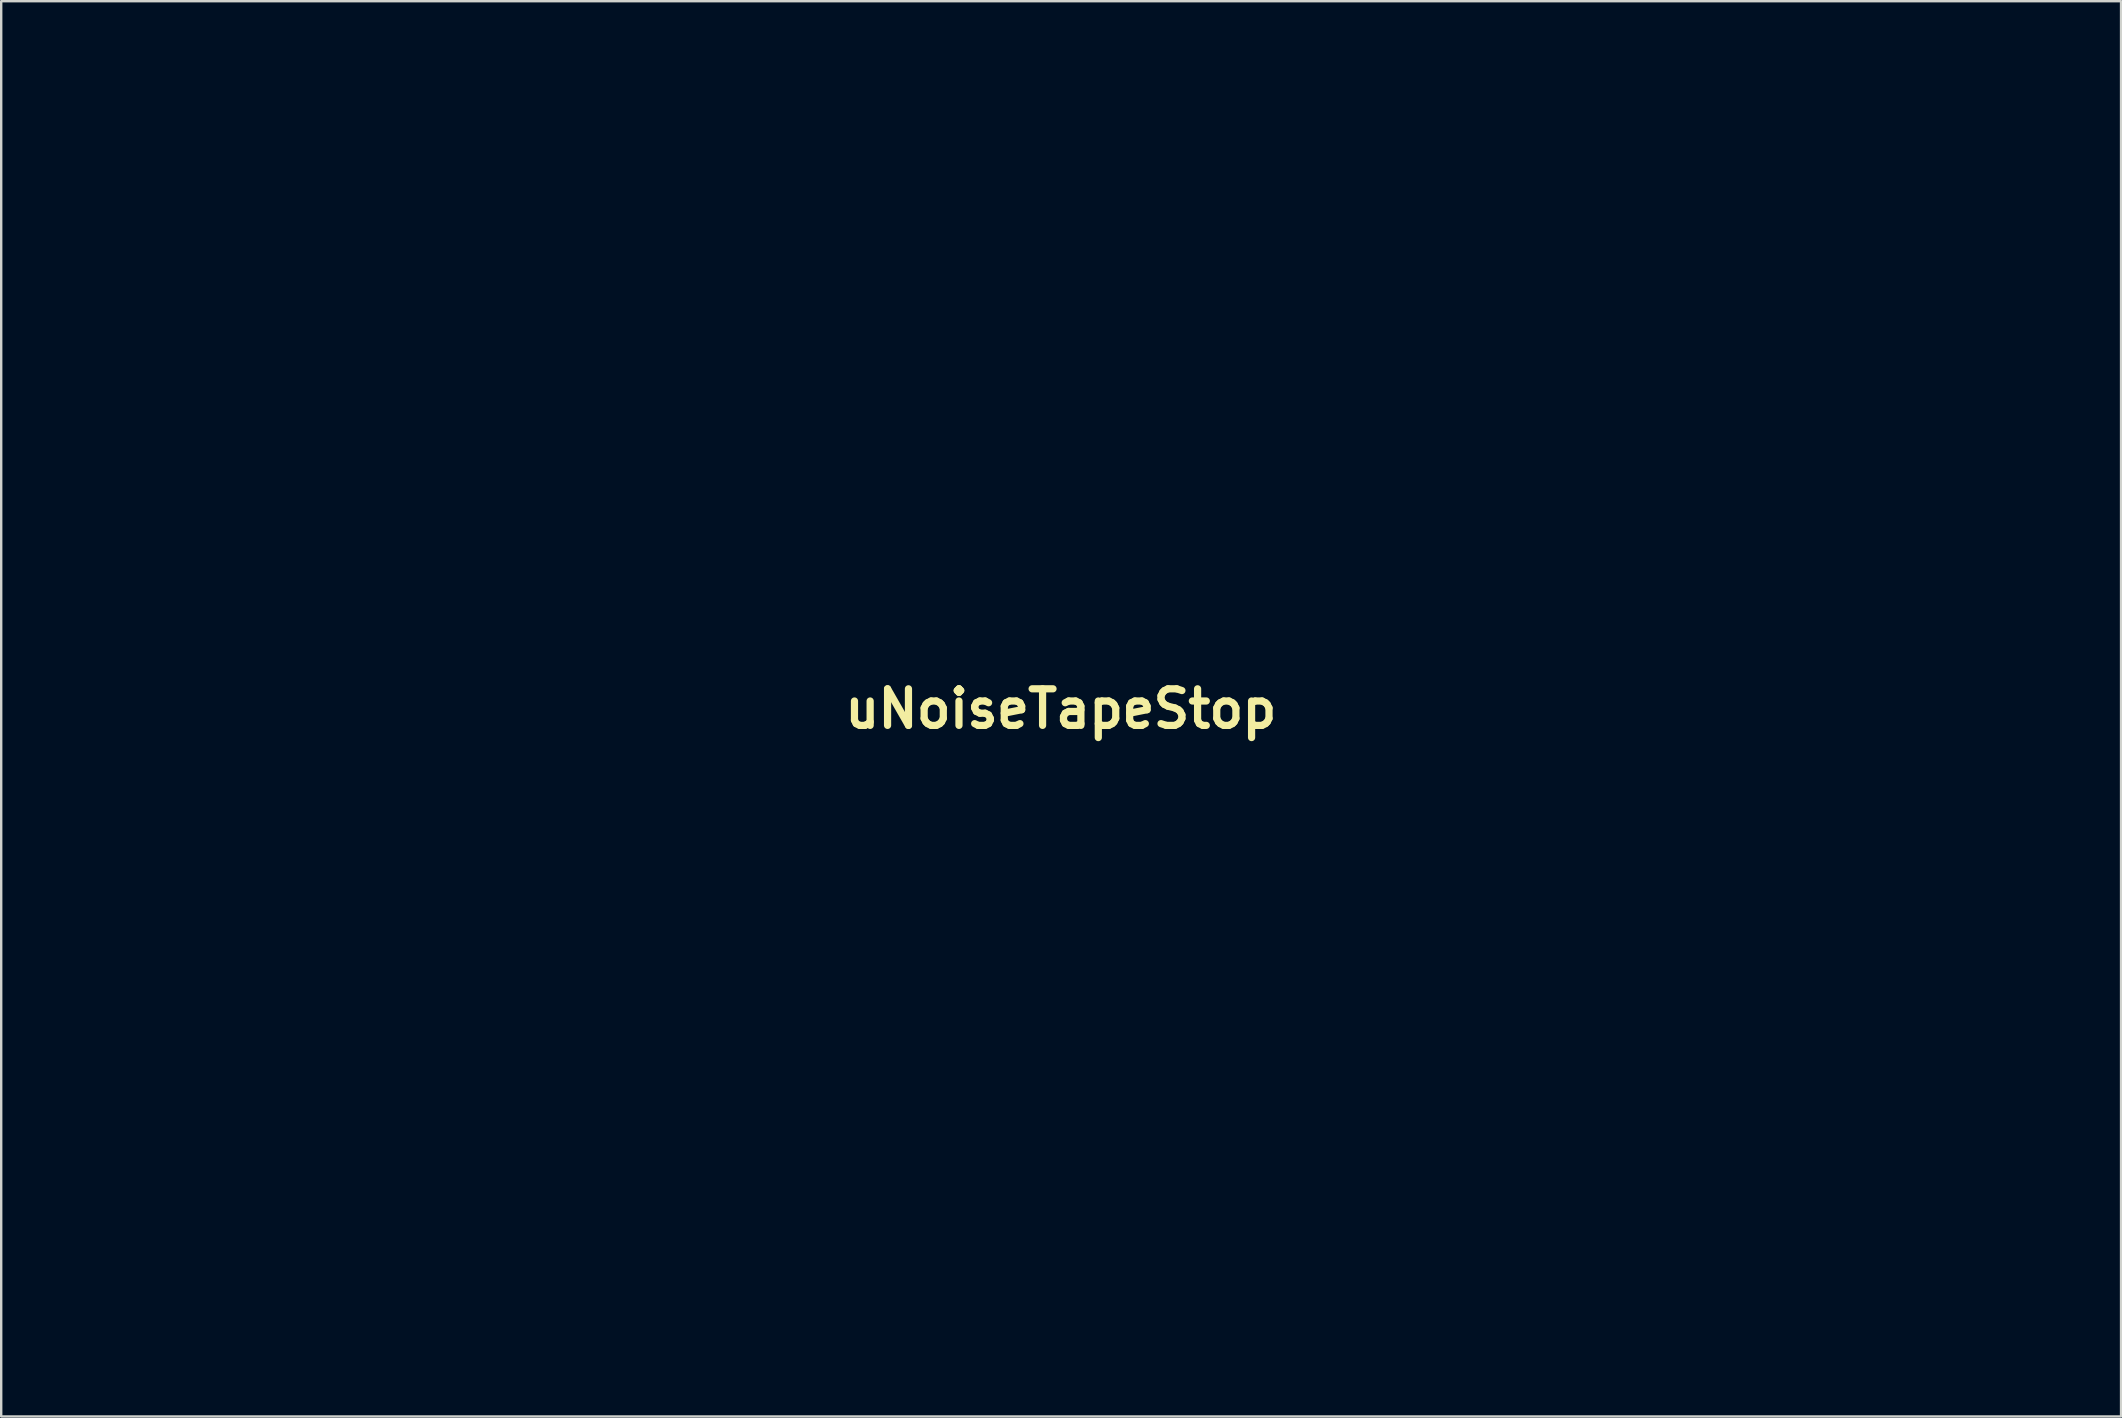
<source format=kicad_pcb>
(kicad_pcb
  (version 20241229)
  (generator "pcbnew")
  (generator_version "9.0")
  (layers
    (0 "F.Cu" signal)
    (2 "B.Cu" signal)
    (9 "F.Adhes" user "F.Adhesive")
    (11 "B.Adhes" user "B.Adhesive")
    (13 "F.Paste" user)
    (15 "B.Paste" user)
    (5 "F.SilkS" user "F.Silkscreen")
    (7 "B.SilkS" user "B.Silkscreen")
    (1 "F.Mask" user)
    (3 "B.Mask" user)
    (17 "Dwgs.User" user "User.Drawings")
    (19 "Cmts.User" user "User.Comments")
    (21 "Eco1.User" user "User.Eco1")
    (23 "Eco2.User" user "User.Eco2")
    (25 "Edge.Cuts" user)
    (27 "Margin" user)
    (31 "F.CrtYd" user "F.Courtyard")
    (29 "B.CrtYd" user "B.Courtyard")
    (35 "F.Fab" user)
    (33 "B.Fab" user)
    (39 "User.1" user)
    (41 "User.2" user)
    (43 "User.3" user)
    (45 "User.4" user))
  (footprint "uNoiseTapeStop"
    (layer "F.Cu")
    (at 41.153 26.485)
    (property "Reference" "uNoiseTapeStop" (at 0 0 0) (layer "F.SilkS") (effects (font (size 1.524 1.524) (thickness 0.3))))
    (attr through_hole)
    (fp_poly (pts (xy 3.342 -7.367) (xy 4.254 -7.367) (xy 5.128 -7.367) (xy 5.964 -7.367) (xy 6.762 -7.367) (xy 7.525 -7.367) (xy 8.252 -7.367) (xy 8.944 -7.367) (xy 9.602 -7.366) (xy 10.228 -7.366) (xy 10.822 -7.366) (xy 11.385 -7.366) (xy 11.917 -7.366) (xy 12.42 -7.366) (xy 12.894 -7.365) (xy 13.341 -7.365) (xy 13.761 -7.365) (xy 14.155 -7.364) (xy 14.524 -7.364) (xy 14.869 -7.363) (xy 15.19 -7.363) (xy 15.489 -7.362) (xy 15.766 -7.361) (xy 16.023 -7.361) (xy 16.259 -7.36) (xy 16.477 -7.359) (xy 16.676 -7.358) (xy 16.858 -7.358) (xy 17.023 -7.357) (xy 17.173 -7.356) (xy 17.308 -7.354) (xy 17.43 -7.353) (xy 17.538 -7.352) (xy 17.634 -7.351) (xy 17.719 -7.349) (xy 17.794 -7.348) (xy 17.859 -7.346) (xy 17.915 -7.345) (xy 17.963 -7.343) (xy 18.004 -7.341) (xy 18.04 -7.339) (xy 18.07 -7.337) (xy 18.095 -7.335) (xy 18.118 -7.333) (xy 18.137 -7.331) (xy 18.155 -7.329) (xy 18.172 -7.326) (xy 18.182 -7.324) (xy 18.615 -7.242) (xy 19.027 -7.129) (xy 19.431 -6.983) (xy 19.823 -6.806) (xy 20.251 -6.571) (xy 20.653 -6.304) (xy 21.027 -6.007) (xy 21.372 -5.681) (xy 21.686 -5.328) (xy 21.968 -4.95) (xy 22.218 -4.548) (xy 22.434 -4.123) (xy 22.614 -3.678) (xy 22.759 -3.215) (xy 22.865 -2.734) (xy 22.895 -2.551) (xy 22.914 -2.38) (xy 22.927 -2.177) (xy 22.934 -1.955) (xy 22.934 -1.724) (xy 22.928 -1.494) (xy 22.916 -1.277) (xy 22.898 -1.083) (xy 22.885 -0.984) (xy 22.806 -0.564) (xy 22.702 -0.169) (xy 22.569 0.213) (xy 22.403 0.593) (xy 22.331 0.739) (xy 22.093 1.161) (xy 21.823 1.557) (xy 21.523 1.925) (xy 21.194 2.264) (xy 20.838 2.573) (xy 20.457 2.85) (xy 20.054 3.094) (xy 19.629 3.304) (xy 19.184 3.479) (xy 18.721 3.617) (xy 18.243 3.717) (xy 18.034 3.748) (xy 18.015 3.75) (xy 17.995 3.753) (xy 17.972 3.755) (xy 17.947 3.757) (xy 17.918 3.759) (xy 17.884 3.761) (xy 17.844 3.763) (xy 17.798 3.764) (xy 17.744 3.766) (xy 17.682 3.768) (xy 17.611 3.769) (xy 17.53 3.771) (xy 17.438 3.772) (xy 17.335 3.773) (xy 17.219 3.774) (xy 17.089 3.776) (xy 16.945 3.777) (xy 16.786 3.778) (xy 16.611 3.778) (xy 16.419 3.779) (xy 16.209 3.78) (xy 15.981 3.781) (xy 15.733 3.782) (xy 15.464 3.782) (xy 15.175 3.783) (xy 14.863 3.783) (xy 14.528 3.784) (xy 14.17 3.784) (xy 13.786 3.785) (xy 13.377 3.785) (xy 12.942 3.785) (xy 12.479 3.785) (xy 11.988 3.786) (xy 11.468 3.786) (xy 10.918 3.786) (xy 10.337 3.786) (xy 9.725 3.786) (xy 9.08 3.786) (xy 8.402 3.786) (xy 7.689 3.786) (xy 6.941 3.786) (xy 6.157 3.786) (xy 5.337 3.786) (xy 4.478 3.786) (xy 3.581 3.786) (xy 2.645 3.786) (xy 1.668 3.785) (xy 0.65 3.785) (xy 0.349 3.785) (xy -0.508 3.785) (xy -1.354 3.785) (xy -2.189 3.785) (xy -3.013 3.785) (xy -3.822 3.784) (xy -4.618 3.784) (xy -5.398 3.784) (xy -6.163 3.784) (xy -6.91 3.783) (xy -7.638 3.783) (xy -8.348 3.783) (xy -9.037 3.783) (xy -9.705 3.782) (xy -10.351 3.782) (xy -10.974 3.782) (xy -11.573 3.781) (xy -12.146 3.781) (xy -12.694 3.781) (xy -13.214 3.78) (xy -13.706 3.78) (xy -14.169 3.78) (xy -14.602 3.779) (xy -15.003 3.779) (xy -15.373 3.779) (xy -15.709 3.778) (xy -16.012 3.778) (xy -16.279 3.777) (xy -16.51 3.777) (xy -16.704 3.777) (xy -16.86 3.776) (xy -16.977 3.776) (xy -17.054 3.776) (xy -17.09 3.775) (xy -17.092 3.775) (xy -17.141 3.769) (xy -17.219 3.76) (xy -17.312 3.75) (xy -17.357 3.745) (xy -17.795 3.674) (xy -18.232 3.563) (xy -18.663 3.414) (xy -19.083 3.229) (xy -19.489 3.011) (xy -19.876 2.762) (xy -20.24 2.484) (xy -20.577 2.178) (xy -20.764 1.983) (xy -21.081 1.605) (xy -21.36 1.211) (xy -21.6 0.799) (xy -21.802 0.37) (xy -21.967 -0.079) (xy -22.096 -0.549) (xy -22.185 -1.02) (xy -22.208 -1.211) (xy -22.223 -1.431) (xy -22.232 -1.666) (xy -22.232 -1.799) (xy -21.149 -1.799) (xy -21.134 -1.406) (xy -21.086 -1.031) (xy -21.004 -0.665) (xy -20.887 -0.297) (xy -20.878 -0.273) (xy -20.842 -0.179) (xy -20.816 -0.119) (xy -20.795 -0.088) (xy -20.778 -0.08) (xy -20.767 -0.084) (xy -20.739 -0.1) (xy -20.68 -0.133) (xy -20.597 -0.182) (xy -20.496 -0.241) (xy -20.382 -0.307) (xy -20.352 -0.325) (xy -20.239 -0.391) (xy -20.138 -0.449) (xy -20.056 -0.496) (xy -19.998 -0.528) (xy -19.97 -0.543) (xy -19.968 -0.544) (xy -19.957 -0.525) (xy -19.927 -0.475) (xy -19.882 -0.397) (xy -19.824 -0.297) (xy -19.755 -0.18) (xy -19.68 -0.05) (xy -19.679 -0.048) (xy -19.584 0.116) (xy -19.511 0.247) (xy -19.459 0.345) (xy -19.428 0.413) (xy -19.415 0.451) (xy -19.417 0.461) (xy -19.442 0.477) (xy -19.498 0.511) (xy -19.579 0.558) (xy -19.678 0.617) (xy -19.791 0.682) (xy -19.817 0.697) (xy -19.93 0.764) (xy -20.03 0.824) (xy -20.11 0.874) (xy -20.166 0.911) (xy -20.192 0.931) (xy -20.193 0.934) (xy -20.177 0.964) (xy -20.131 1.023) (xy -20.053 1.111) (xy -19.944 1.227) (xy -19.845 1.33) (xy -19.532 1.624) (xy -19.194 1.886) (xy -18.836 2.114) (xy -18.46 2.306) (xy -18.07 2.46) (xy -17.812 2.538) (xy -17.671 2.574) (xy -17.535 2.604) (xy -17.415 2.627) (xy -17.319 2.641) (xy -17.277 2.644) (xy -17.209 2.646) (xy -17.209 1.714) (xy -16.066 1.714) (xy -16.066 2.647) (xy -16.018 2.636) (xy -15.978 2.628) (xy -15.908 2.614) (xy -15.817 2.597) (xy -15.737 2.581) (xy -15.377 2.493) (xy -15.013 2.369) (xy -14.654 2.212) (xy -14.308 2.027) (xy -13.985 1.818) (xy -13.794 1.673) (xy -13.705 1.598) (xy -13.608 1.51) (xy -13.507 1.413) (xy -13.406 1.314) (xy -13.311 1.216) (xy -13.226 1.124) (xy -13.157 1.045) (xy -13.107 0.982) (xy -13.083 0.94) (xy -13.081 0.932) (xy -13.099 0.916) (xy -13.148 0.884) (xy -13.223 0.837) (xy -13.32 0.779) (xy -13.431 0.714) (xy -13.478 0.687) (xy -13.595 0.62) (xy -13.699 0.56) (xy -13.785 0.511) (xy -13.846 0.475) (xy -13.879 0.456) (xy -13.883 0.453) (xy -13.875 0.434) (xy -13.848 0.384) (xy -13.807 0.31) (xy -13.755 0.216) (xy -13.695 0.11) (xy -13.63 -0.004) (xy -13.564 -0.119) (xy -13.499 -0.23) (xy -13.44 -0.331) (xy -13.39 -0.415) (xy -13.352 -0.478) (xy -13.33 -0.513) (xy -13.328 -0.515) (xy -13.315 -0.523) (xy -13.293 -0.521) (xy -13.257 -0.508) (xy -13.201 -0.482) (xy -13.123 -0.439) (xy -13.017 -0.379) (xy -12.891 -0.306) (xy -12.738 -0.218) (xy -12.619 -0.153) (xy -12.534 -0.11) (xy -12.483 -0.09) (xy -12.465 -0.091) (xy -12.441 -0.145) (xy -12.41 -0.231) (xy -12.374 -0.339) (xy -12.336 -0.461) (xy -12.299 -0.588) (xy -12.265 -0.709) (xy -12.238 -0.817) (xy -12.225 -0.875) (xy -12.162 -1.266) (xy -12.134 -1.665) (xy -12.138 -1.991) (xy 12.853 -1.991) (xy 12.855 -1.568) (xy 12.899 -1.146) (xy 12.985 -0.727) (xy 13.075 -0.423) (xy 13.111 -0.318) (xy 13.143 -0.224) (xy 13.169 -0.152) (xy 13.186 -0.108) (xy 13.189 -0.102) (xy 13.2 -0.092) (xy 13.219 -0.092) (xy 13.252 -0.103) (xy 13.304 -0.128) (xy 13.378 -0.168) (xy 13.48 -0.226) (xy 13.605 -0.299) (xy 13.722 -0.368) (xy 13.827 -0.429) (xy 13.915 -0.479) (xy 13.979 -0.515) (xy 14.015 -0.534) (xy 14.02 -0.536) (xy 14.034 -0.519) (xy 14.065 -0.472) (xy 14.111 -0.399) (xy 14.168 -0.307) (xy 14.232 -0.202) (xy 14.3 -0.088) (xy 14.369 0.027) (xy 14.435 0.139) (xy 14.495 0.242) (xy 14.545 0.329) (xy 14.582 0.396) (xy 14.602 0.436) (xy 14.605 0.444) (xy 14.587 0.457) (xy 14.538 0.489) (xy 14.463 0.534) (xy 14.368 0.591) (xy 14.258 0.655) (xy 14.229 0.672) (xy 14.114 0.739) (xy 14.01 0.799) (xy 13.923 0.85) (xy 13.86 0.887) (xy 13.826 0.907) (xy 13.823 0.909) (xy 13.814 0.925) (xy 13.823 0.953) (xy 13.856 0.999) (xy 13.914 1.069) (xy 13.917 1.073) (xy 14.221 1.397) (xy 14.548 1.688) (xy 14.895 1.945) (xy 15.26 2.165) (xy 15.437 2.255) (xy 15.588 2.323) (xy 15.757 2.389) (xy 15.935 2.453) (xy 16.116 2.512) (xy 16.291 2.562) (xy 16.453 2.603) (xy 16.593 2.631) (xy 16.703 2.644) (xy 16.716 2.644) (xy 16.785 2.646) (xy 16.785 1.714) (xy 17.928 1.714) (xy 17.928 2.166) (xy 17.929 2.3) (xy 17.93 2.419) (xy 17.932 2.517) (xy 17.935 2.588) (xy 17.938 2.625) (xy 17.939 2.629) (xy 17.966 2.632) (xy 18.027 2.625) (xy 18.113 2.611) (xy 18.218 2.591) (xy 18.335 2.566) (xy 18.455 2.538) (xy 18.571 2.508) (xy 18.64 2.489) (xy 19.034 2.354) (xy 19.416 2.182) (xy 19.782 1.975) (xy 20.126 1.736) (xy 20.444 1.468) (xy 20.731 1.174) (xy 20.786 1.11) (xy 20.847 1.038) (xy 20.895 0.978) (xy 20.924 0.937) (xy 20.931 0.922) (xy 20.911 0.909) (xy 20.86 0.879) (xy 20.784 0.835) (xy 20.688 0.78) (xy 20.578 0.717) (xy 20.563 0.709) (xy 20.449 0.643) (xy 20.345 0.583) (xy 20.257 0.533) (xy 20.193 0.495) (xy 20.158 0.475) (xy 20.157 0.474) (xy 20.144 0.465) (xy 20.136 0.453) (xy 20.136 0.434) (xy 20.146 0.403) (xy 20.167 0.358) (xy 20.202 0.292) (xy 20.253 0.203) (xy 20.321 0.085) (xy 20.398 -0.047) (xy 20.474 -0.178) (xy 20.543 -0.295) (xy 20.601 -0.395) (xy 20.647 -0.474) (xy 20.677 -0.525) (xy 20.689 -0.544) (xy 20.689 -0.544) (xy 20.708 -0.536) (xy 20.757 -0.508) (xy 20.833 -0.466) (xy 20.93 -0.41) (xy 21.042 -0.345) (xy 21.104 -0.309) (xy 21.223 -0.241) (xy 21.33 -0.181) (xy 21.419 -0.133) (xy 21.485 -0.099) (xy 21.523 -0.083) (xy 21.53 -0.082) (xy 21.545 -0.111) (xy 21.57 -0.172) (xy 21.601 -0.258) (xy 21.636 -0.36) (xy 21.671 -0.469) (xy 21.705 -0.579) (xy 21.733 -0.68) (xy 21.747 -0.73) (xy 21.8 -0.972) (xy 21.838 -1.205) (xy 21.86 -1.446) (xy 21.87 -1.708) (xy 21.87 -1.789) (xy 21.865 -2.064) (xy 21.846 -2.313) (xy 21.812 -2.552) (xy 21.761 -2.796) (xy 21.738 -2.889) (xy 21.712 -2.98) (xy 21.681 -3.084) (xy 21.646 -3.194) (xy 21.61 -3.3) (xy 21.577 -3.394) (xy 21.548 -3.469) (xy 21.527 -3.516) (xy 21.52 -3.527) (xy 21.5 -3.519) (xy 21.449 -3.493) (xy 21.372 -3.451) (xy 21.275 -3.396) (xy 21.162 -3.331) (xy 21.101 -3.295) (xy 20.692 -3.054) (xy 20.401 -3.553) (xy 20.325 -3.684) (xy 20.257 -3.803) (xy 20.199 -3.904) (xy 20.154 -3.983) (xy 20.125 -4.035) (xy 20.115 -4.055) (xy 20.115 -4.056) (xy 20.134 -4.067) (xy 20.184 -4.095) (xy 20.26 -4.139) (xy 20.356 -4.193) (xy 20.467 -4.256) (xy 20.5 -4.275) (xy 20.616 -4.34) (xy 20.719 -4.4) (xy 20.804 -4.45) (xy 20.866 -4.487) (xy 20.897 -4.507) (xy 20.9 -4.509) (xy 20.903 -4.53) (xy 20.885 -4.568) (xy 20.843 -4.625) (xy 20.775 -4.705) (xy 20.68 -4.808) (xy 20.576 -4.917) (xy 20.257 -5.216) (xy 19.915 -5.482) (xy 19.55 -5.712) (xy 19.166 -5.906) (xy 18.764 -6.062) (xy 18.38 -6.171) (xy 18.274 -6.195) (xy 18.169 -6.216) (xy 18.081 -6.231) (xy 18.046 -6.236) (xy 17.928 -6.25) (xy 17.928 -5.313) (xy 16.785 -5.313) (xy 16.785 -5.779) (xy 16.786 -5.935) (xy 16.786 -6.053) (xy 16.783 -6.138) (xy 16.773 -6.195) (xy 16.755 -6.228) (xy 16.726 -6.242) (xy 16.682 -6.241) (xy 16.621 -6.23) (xy 16.54 -6.213) (xy 16.528 -6.211) (xy 16.126 -6.115) (xy 15.732 -5.979) (xy 15.35 -5.806) (xy 14.983 -5.598) (xy 14.637 -5.358) (xy 14.315 -5.087) (xy 14.021 -4.79) (xy 13.971 -4.731) (xy 13.906 -4.655) (xy 13.852 -4.591) (xy 13.815 -4.545) (xy 13.801 -4.524) (xy 13.801 -4.524) (xy 13.818 -4.511) (xy 13.868 -4.48) (xy 13.943 -4.436) (xy 14.04 -4.379) (xy 14.152 -4.315) (xy 14.203 -4.287) (xy 14.32 -4.22) (xy 14.424 -4.16) (xy 14.509 -4.11) (xy 14.57 -4.073) (xy 14.602 -4.052) (xy 14.605 -4.049) (xy 14.595 -4.025) (xy 14.566 -3.972) (xy 14.523 -3.895) (xy 14.468 -3.799) (xy 14.405 -3.691) (xy 14.338 -3.577) (xy 14.269 -3.461) (xy 14.203 -3.35) (xy 14.143 -3.251) (xy 14.092 -3.167) (xy 14.053 -3.106) (xy 14.03 -3.074) (xy 14.026 -3.07) (xy 14.004 -3.08) (xy 13.95 -3.108) (xy 13.871 -3.153) (xy 13.772 -3.209) (xy 13.659 -3.275) (xy 13.607 -3.305) (xy 13.491 -3.373) (xy 13.386 -3.432) (xy 13.3 -3.481) (xy 13.238 -3.515) (xy 13.204 -3.531) (xy 13.2 -3.532) (xy 13.191 -3.51) (xy 13.17 -3.456) (xy 13.142 -3.377) (xy 13.108 -3.28) (xy 13.097 -3.249) (xy 12.974 -2.833) (xy 12.892 -2.413) (xy 12.853 -1.991) (xy -12.138 -1.991) (xy -12.139 -2.065) (xy -12.177 -2.456) (xy -12.249 -2.832) (xy -12.277 -2.942) (xy -12.297 -3.007) (xy -12.324 -3.093) (xy -12.356 -3.19) (xy -12.389 -3.289) (xy -12.422 -3.381) (xy -12.45 -3.459) (xy -12.47 -3.512) (xy -12.479 -3.531) (xy -12.499 -3.523) (xy -12.549 -3.497) (xy -12.625 -3.455) (xy -12.722 -3.4) (xy -12.833 -3.335) (xy -12.887 -3.304) (xy -13.005 -3.235) (xy -13.111 -3.175) (xy -13.2 -3.125) (xy -13.265 -3.09) (xy -13.301 -3.072) (xy -13.307 -3.07) (xy -13.322 -3.087) (xy -13.355 -3.137) (xy -13.403 -3.214) (xy -13.463 -3.313) (xy -13.533 -3.43) (xy -13.608 -3.559) (xy -13.696 -3.711) (xy -13.763 -3.831) (xy -13.813 -3.922) (xy -13.845 -3.988) (xy -13.862 -4.032) (xy -13.867 -4.057) (xy -13.862 -4.066) (xy -13.835 -4.082) (xy -13.778 -4.115) (xy -13.695 -4.163) (xy -13.594 -4.22) (xy -13.481 -4.285) (xy -13.457 -4.299) (xy -13.344 -4.364) (xy -13.244 -4.422) (xy -13.164 -4.47) (xy -13.108 -4.504) (xy -13.082 -4.522) (xy -13.081 -4.524) (xy -13.095 -4.546) (xy -13.132 -4.593) (xy -13.186 -4.657) (xy -13.253 -4.733) (xy -13.326 -4.814) (xy -13.399 -4.894) (xy -13.467 -4.966) (xy -13.524 -5.023) (xy -13.544 -5.042) (xy -13.874 -5.323) (xy -14.221 -5.57) (xy -14.582 -5.783) (xy -14.952 -5.956) (xy -15.124 -6.023) (xy -15.259 -6.068) (xy -15.413 -6.114) (xy -15.573 -6.156) (xy -15.727 -6.193) (xy -15.862 -6.221) (xy -15.946 -6.234) (xy -16.066 -6.249) (xy -16.066 -5.313) (xy -17.209 -5.313) (xy -17.209 -6.244) (xy -17.256 -6.244) (xy -17.295 -6.24) (xy -17.365 -6.228) (xy -17.456 -6.212) (xy -17.551 -6.193) (xy -17.958 -6.089) (xy -18.355 -5.944) (xy -18.738 -5.762) (xy -19.103 -5.543) (xy -19.449 -5.289) (xy -19.772 -5.002) (xy -19.871 -4.902) (xy -19.988 -4.778) (xy -20.076 -4.681) (xy -20.137 -4.607) (xy -20.173 -4.555) (xy -20.185 -4.522) (xy -20.18 -4.509) (xy -20.157 -4.493) (xy -20.102 -4.46) (xy -20.022 -4.413) (xy -19.923 -4.356) (xy -19.81 -4.291) (xy -19.78 -4.275) (xy -19.666 -4.21) (xy -19.565 -4.153) (xy -19.483 -4.106) (xy -19.425 -4.073) (xy -19.397 -4.057) (xy -19.395 -4.055) (xy -19.404 -4.037) (xy -19.431 -3.988) (xy -19.473 -3.914) (xy -19.527 -3.821) (xy -19.588 -3.713) (xy -19.654 -3.598) (xy -19.722 -3.481) (xy -19.788 -3.366) (xy -19.849 -3.261) (xy -19.902 -3.171) (xy -19.943 -3.102) (xy -19.957 -3.078) (xy -19.98 -3.08) (xy -20.036 -3.104) (xy -20.123 -3.149) (xy -20.239 -3.213) (xy -20.381 -3.295) (xy -20.5 -3.364) (xy -20.605 -3.424) (xy -20.693 -3.474) (xy -20.758 -3.509) (xy -20.793 -3.527) (xy -20.799 -3.529) (xy -20.809 -3.507) (xy -20.83 -3.454) (xy -20.859 -3.378) (xy -20.889 -3.301) (xy -21.006 -2.937) (xy -21.088 -2.565) (xy -21.135 -2.178) (xy -21.149 -1.799) (xy -22.232 -1.799) (xy -22.233 -1.906) (xy -22.226 -2.138) (xy -22.213 -2.351) (xy -22.195 -2.508) (xy -22.105 -3.005) (xy -21.978 -3.479) (xy -21.815 -3.932) (xy -21.616 -4.364) (xy -21.38 -4.775) (xy -21.107 -5.165) (xy -20.797 -5.535) (xy -20.68 -5.659) (xy -20.462 -5.875) (xy -20.254 -6.064) (xy -20.043 -6.236) (xy -19.818 -6.399) (xy -19.748 -6.446) (xy -19.335 -6.698) (xy -18.902 -6.911) (xy -18.453 -7.087) (xy -17.988 -7.223) (xy -17.507 -7.32) (xy -17.401 -7.336) (xy -17.384 -7.338) (xy -17.36 -7.34) (xy -17.326 -7.341) (xy -17.284 -7.343) (xy -17.231 -7.344) (xy -17.168 -7.346) (xy -17.092 -7.347) (xy -17.004 -7.349) (xy -16.902 -7.35) (xy -16.786 -7.351) (xy -16.655 -7.352) (xy -16.508 -7.354) (xy -16.345 -7.355) (xy -16.163 -7.356) (xy -15.963 -7.357) (xy -15.744 -7.357) (xy -15.505 -7.358) (xy -15.245 -7.359) (xy -14.963 -7.36) (xy -14.659 -7.361) (xy -14.331 -7.361) (xy -13.979 -7.362) (xy -13.602 -7.362) (xy -13.199 -7.363) (xy -12.769 -7.363) (xy -12.312 -7.364) (xy -11.826 -7.364) (xy -11.312 -7.365) (xy -10.767 -7.365) (xy -10.191 -7.365) (xy -9.584 -7.366) (xy -8.944 -7.366) (xy -8.271 -7.366) (xy -7.564 -7.366) (xy -6.822 -7.366) (xy -6.044 -7.367) (xy -5.229 -7.367) (xy -4.377 -7.367) (xy -3.487 -7.367) (xy -2.557 -7.367) (xy -1.588 -7.367) (xy -0.577 -7.367) (xy 0.362 -7.367) (xy 1.396 -7.367) (xy 2.389 -7.367) (xy 3.342 -7.367)) (stroke (width 0.01) (type solid)) (fill yes) (layer "F.Mask"))
    (fp_poly (pts (xy -39.639 -26.459) (xy -39.634 -26.396) (xy -39.63 -26.294) (xy -39.627 -26.153) (xy -39.625 -25.974) (xy -39.624 -25.759) (xy -39.624 -25.749) (xy -39.624 -25.019) (xy -0.714 -25.013) (xy 0.842 -25.013) (xy 2.357 -25.013) (xy 3.831 -25.012) (xy 5.264 -25.012) (xy 6.657 -25.012) (xy 8.011 -25.012) (xy 9.326 -25.011) (xy 10.602 -25.011) (xy 11.84 -25.011) (xy 13.042 -25.011) (xy 14.206 -25.01) (xy 15.335 -25.01) (xy 16.428 -25.01) (xy 17.485 -25.01) (xy 18.509 -25.009) (xy 19.499 -25.009) (xy 20.455 -25.009) (xy 21.379 -25.009) (xy 22.27 -25.008) (xy 23.13 -25.008) (xy 23.959 -25.008) (xy 24.758 -25.007) (xy 25.526 -25.007) (xy 26.265 -25.007) (xy 26.976 -25.006) (xy 27.658 -25.006) (xy 28.313 -25.006) (xy 28.941 -25.005) (xy 29.542 -25.005) (xy 30.117 -25.004) (xy 30.667 -25.004) (xy 31.192 -25.004) (xy 31.693 -25.003) (xy 32.17 -25.003) (xy 32.624 -25.002) (xy 33.056 -25.002) (xy 33.465 -25.001) (xy 33.854 -25.001) (xy 34.221 -25) (xy 34.568 -24.999) (xy 34.896 -24.999) (xy 35.204 -24.998) (xy 35.494 -24.998) (xy 35.765 -24.997) (xy 36.02 -24.996) (xy 36.257 -24.995) (xy 36.478 -24.995) (xy 36.684 -24.994) (xy 36.874 -24.993) (xy 37.049 -24.992) (xy 37.211 -24.992) (xy 37.359 -24.991) (xy 37.494 -24.99) (xy 37.617 -24.989) (xy 37.728 -24.988) (xy 37.828 -24.987) (xy 37.917 -24.986) (xy 37.996 -24.985) (xy 38.066 -24.984) (xy 38.127 -24.983) (xy 38.179 -24.982) (xy 38.223 -24.98) (xy 38.261 -24.979) (xy 38.291 -24.978) (xy 38.315 -24.977) (xy 38.334 -24.975) (xy 38.348 -24.974) (xy 38.358 -24.973) (xy 38.359 -24.972) (xy 38.686 -24.884) (xy 38.987 -24.762) (xy 39.264 -24.607) (xy 39.517 -24.416) (xy 39.655 -24.288) (xy 39.866 -24.048) (xy 40.043 -23.784) (xy 40.184 -23.497) (xy 40.292 -23.185) (xy 40.339 -22.992) (xy 40.341 -22.979) (xy 40.344 -22.962) (xy 40.346 -22.939) (xy 40.348 -22.91) (xy 40.349 -22.873) (xy 40.351 -22.827) (xy 40.353 -22.773) (xy 40.354 -22.708) (xy 40.356 -22.632) (xy 40.357 -22.545) (xy 40.359 -22.444) (xy 40.36 -22.33) (xy 40.361 -22.2) (xy 40.362 -22.056) (xy 40.364 -21.894) (xy 40.365 -21.716) (xy 40.366 -21.518) (xy 40.367 -21.302) (xy 40.368 -21.066) (xy 40.368 -20.808) (xy 40.369 -20.528) (xy 40.37 -20.226) (xy 40.371 -19.899) (xy 40.371 -19.548) (xy 40.372 -19.172) (xy 40.373 -18.768) (xy 40.373 -18.338) (xy 40.374 -17.879) (xy 40.374 -17.39) (xy 40.375 -16.872) (xy 40.375 -16.322) (xy 40.376 -15.741) (xy 40.376 -15.126) (xy 40.377 -14.478) (xy 40.377 -13.794) (xy 40.377 -13.076) (xy 40.378 -12.32) (xy 40.378 -11.527) (xy 40.379 -10.696) (xy 40.379 -9.826) (xy 40.379 -8.915) (xy 40.38 -7.963) (xy 40.38 -7.629) (xy 40.386 7.57) (xy 40.534 7.593) (xy 40.712 7.639) (xy 40.864 7.716) (xy 40.986 7.824) (xy 41.078 7.96) (xy 41.138 8.123) (xy 41.148 8.169) (xy 41.15 8.201) (xy 41.152 8.274) (xy 41.154 8.385) (xy 41.156 8.533) (xy 41.157 8.715) (xy 41.159 8.929) (xy 41.161 9.174) (xy 41.162 9.447) (xy 41.163 9.746) (xy 41.164 10.07) (xy 41.166 10.416) (xy 41.167 10.783) (xy 41.167 11.168) (xy 41.168 11.57) (xy 41.169 11.986) (xy 41.169 12.415) (xy 41.17 12.855) (xy 41.17 13.303) (xy 41.17 13.757) (xy 41.17 14.216) (xy 41.17 14.678) (xy 41.17 15.141) (xy 41.17 15.602) (xy 41.17 16.059) (xy 41.169 16.512) (xy 41.169 16.957) (xy 41.168 17.393) (xy 41.168 17.818) (xy 41.167 18.229) (xy 41.166 18.625) (xy 41.165 19.004) (xy 41.164 19.364) (xy 41.162 19.703) (xy 41.161 20.018) (xy 41.16 20.309) (xy 41.158 20.572) (xy 41.157 20.806) (xy 41.155 21.01) (xy 41.153 21.18) (xy 41.151 21.315) (xy 41.149 21.413) (xy 41.147 21.472) (xy 41.145 21.488) (xy 41.105 21.625) (xy 41.044 21.737) (xy 40.959 21.835) (xy 40.83 21.939) (xy 40.69 22.003) (xy 40.532 22.031) (xy 40.531 22.031) (xy 40.391 22.039) (xy 40.38 22.931) (xy 40.376 23.173) (xy 40.372 23.378) (xy 40.368 23.55) (xy 40.362 23.694) (xy 40.354 23.815) (xy 40.344 23.919) (xy 40.332 24.009) (xy 40.316 24.091) (xy 40.297 24.17) (xy 40.273 24.25) (xy 40.247 24.332) (xy 40.131 24.617) (xy 39.979 24.885) (xy 39.797 25.133) (xy 39.586 25.356) (xy 39.351 25.551) (xy 39.096 25.713) (xy 38.824 25.84) (xy 38.735 25.873) (xy 38.695 25.886) (xy 38.659 25.899) (xy 38.626 25.911) (xy 38.595 25.922) (xy 38.563 25.932) (xy 38.529 25.942) (xy 38.491 25.95) (xy 38.447 25.958) (xy 38.397 25.964) (xy 38.338 25.971) (xy 38.268 25.976) (xy 38.186 25.981) (xy 38.09 25.985) (xy 37.979 25.989) (xy 37.85 25.992) (xy 37.702 25.995) (xy 37.534 25.997) (xy 37.344 25.999) (xy 37.13 26.001) (xy 36.89 26.002) (xy 36.623 26.003) (xy 36.327 26.004) (xy 36 26.005) (xy 35.641 26.005) (xy 35.248 26.006) (xy 34.819 26.006) (xy 34.353 26.007) (xy 33.848 26.008) (xy 33.322 26.008) (xy 28.384 26.015) (xy 28.384 26.153) (xy 28.374 26.279) (xy 28.34 26.374) (xy 28.283 26.44) (xy 28.274 26.446) (xy 28.269 26.448) (xy 28.259 26.45) (xy 28.242 26.451) (xy 28.219 26.452) (xy 28.188 26.454) (xy 28.149 26.455) (xy 28.1 26.456) (xy 28.043 26.458) (xy 27.975 26.459) (xy 27.896 26.46) (xy 27.806 26.461) (xy 27.704 26.462) (xy 27.588 26.463) (xy 27.46 26.464) (xy 27.317 26.465) (xy 27.159 26.466) (xy 26.986 26.467) (xy 26.796 26.468) (xy 26.59 26.468) (xy 26.367 26.469) (xy 26.125 26.47) (xy 25.864 26.471) (xy 25.584 26.471) (xy 25.284 26.472) (xy 24.963 26.472) (xy 24.621 26.473) (xy 24.256 26.474) (xy 23.869 26.474) (xy 23.458 26.475) (xy 23.023 26.475) (xy 22.564 26.475) (xy 22.079 26.476) (xy 21.568 26.476) (xy 21.03 26.477) (xy 20.465 26.477) (xy 19.871 26.477) (xy 19.249 26.477) (xy 18.598 26.478) (xy 17.917 26.478) (xy 17.204 26.478) (xy 16.461 26.478) (xy 15.685 26.478) (xy 14.877 26.479) (xy 14.035 26.479) (xy 13.16 26.479) (xy 12.249 26.479) (xy 11.304 26.479) (xy 10.322 26.479) (xy 9.303 26.479) (xy 8.248 26.479) (xy 7.154 26.479) (xy 6.022 26.479) (xy 4.85 26.479) (xy 3.638 26.479) (xy 2.386 26.479) (xy 1.092 26.479) (xy 0.36 26.48) (xy -0.957 26.479) (xy -2.232 26.479) (xy -3.466 26.479) (xy -4.66 26.479) (xy -5.814 26.479) (xy -6.929 26.479) (xy -8.005 26.479) (xy -9.044 26.479) (xy -10.046 26.479) (xy -11.012 26.479) (xy -11.941 26.479) (xy -12.836 26.479) (xy -13.697 26.479) (xy -14.523 26.479) (xy -15.317 26.478) (xy -16.078 26.478) (xy -16.807 26.478) (xy -17.506 26.478) (xy -18.174 26.478) (xy -18.812 26.477) (xy -19.421 26.477) (xy -20.001 26.477) (xy -20.554 26.476) (xy -21.08 26.476) (xy -21.579 26.476) (xy -22.053 26.475) (xy -22.501 26.475) (xy -22.925 26.474) (xy -23.325 26.474) (xy -23.702 26.473) (xy -24.057 26.473) (xy -24.39 26.472) (xy -24.701 26.472) (xy -24.992 26.471) (xy -25.264 26.47) (xy -25.516 26.47) (xy -25.749 26.469) (xy -25.965 26.468) (xy -26.164 26.467) (xy -26.346 26.466) (xy -26.512 26.466) (xy -26.663 26.465) (xy -26.799 26.464) (xy -26.922 26.463) (xy -27.031 26.462) (xy -27.128 26.461) (xy -27.213 26.459) (xy -27.287 26.458) (xy -27.35 26.457) (xy -27.403 26.456) (xy -27.447 26.455) (xy -27.483 26.453) (xy -27.511 26.452) (xy -27.531 26.45) (xy -27.545 26.449) (xy -27.552 26.447) (xy -27.554 26.446) (xy -27.615 26.383) (xy -27.651 26.292) (xy -27.665 26.17) (xy -27.665 26.152) (xy -27.665 26.014) (xy -32.5 26.014) (xy -33.113 26.014) (xy -33.687 26.013) (xy -34.222 26.013) (xy -34.718 26.012) (xy -35.174 26.011) (xy -35.59 26.01) (xy -35.966 26.009) (xy -36.301 26.008) (xy -36.596 26.006) (xy -36.85 26.004) (xy -37.063 26.002) (xy -37.235 26) (xy -37.365 25.998) (xy -37.453 25.995) (xy -37.499 25.992) (xy -37.501 25.992) (xy -37.798 25.936) (xy -38.083 25.847) (xy -38.346 25.73) (xy -38.388 25.707) (xy -38.651 25.536) (xy -38.89 25.334) (xy -39.102 25.103) (xy -39.283 24.849) (xy -39.43 24.576) (xy -39.528 24.32) (xy -39.556 24.232) (xy -39.579 24.152) (xy -39.598 24.074) (xy -39.613 23.993) (xy -39.625 23.906) (xy -39.635 23.807) (xy -39.642 23.69) (xy -39.648 23.551) (xy -39.653 23.386) (xy -39.656 23.188) (xy -39.66 22.954) (xy -39.66 22.929) (xy -39.672 22.035) (xy -39.791 22.034) (xy -39.893 22.025) (xy -39.994 21.993) (xy -40.037 21.974) (xy -40.185 21.882) (xy -40.3 21.766) (xy -40.381 21.624) (xy -40.382 21.622) (xy -21.642 21.622) (xy -21.636 21.83) (xy -21.615 22.011) (xy -21.576 22.179) (xy -21.516 22.348) (xy -21.431 22.532) (xy -21.284 22.784) (xy -21.107 23.007) (xy -20.902 23.201) (xy -20.674 23.362) (xy -20.423 23.488) (xy -20.153 23.578) (xy -20.118 23.586) (xy -20.025 23.608) (xy -19.952 23.622) (xy -19.889 23.631) (xy -19.823 23.636) (xy -19.743 23.636) (xy -19.636 23.634) (xy -19.59 23.633) (xy -19.416 23.625) (xy -19.273 23.608) (xy -19.149 23.583) (xy -19.145 23.582) (xy -18.876 23.489) (xy -18.624 23.36) (xy -18.394 23.198) (xy -18.189 23.007) (xy -18.011 22.789) (xy -17.865 22.548) (xy -17.752 22.288) (xy -17.684 22.045) (xy -17.66 21.893) (xy -17.649 21.716) (xy -17.649 21.531) (xy -17.653 21.467) (xy -9.688 21.467) (xy -9.684 21.753) (xy -9.64 22.03) (xy -9.56 22.292) (xy -9.445 22.539) (xy -9.299 22.767) (xy -9.124 22.972) (xy -8.921 23.152) (xy -8.695 23.304) (xy -8.447 23.425) (xy -8.179 23.512) (xy -7.946 23.556) (xy -7.911 23.557) (xy -7.835 23.559) (xy -7.721 23.561) (xy -7.57 23.562) (xy -7.383 23.564) (xy -7.163 23.565) (xy -6.912 23.566) (xy -6.63 23.568) (xy -6.321 23.569) (xy -5.985 23.57) (xy -5.625 23.571) (xy -5.242 23.572) (xy -4.838 23.573) (xy -4.414 23.574) (xy -3.974 23.574) (xy -3.518 23.575) (xy -3.048 23.576) (xy -2.566 23.576) (xy -2.074 23.577) (xy -1.573 23.577) (xy -1.066 23.577) (xy -0.553 23.577) (xy -0.038 23.577) (xy 0.479 23.578) (xy 0.995 23.577) (xy 1.509 23.577) (xy 2.019 23.577) (xy 2.524 23.577) (xy 3.02 23.577) (xy 3.508 23.576) (xy 3.984 23.576) (xy 4.447 23.575) (xy 4.896 23.574) (xy 5.328 23.574) (xy 5.742 23.573) (xy 6.136 23.572) (xy 6.508 23.571) (xy 6.856 23.57) (xy 7.179 23.569) (xy 7.475 23.568) (xy 7.741 23.567) (xy 7.978 23.565) (xy 8.181 23.564) (xy 8.35 23.562) (xy 8.484 23.561) (xy 8.579 23.559) (xy 8.634 23.557) (xy 8.647 23.556) (xy 8.93 23.502) (xy 9.196 23.41) (xy 9.443 23.283) (xy 9.667 23.125) (xy 9.868 22.937) (xy 10.04 22.723) (xy 10.183 22.485) (xy 10.293 22.227) (xy 10.368 21.95) (xy 10.393 21.785) (xy 10.4 21.632) (xy 18.364 21.632) (xy 18.369 21.827) (xy 18.387 21.995) (xy 18.42 22.149) (xy 18.471 22.303) (xy 18.545 22.472) (xy 18.574 22.532) (xy 18.721 22.783) (xy 18.898 23.007) (xy 19.102 23.2) (xy 19.33 23.361) (xy 19.581 23.487) (xy 19.85 23.577) (xy 19.887 23.586) (xy 19.98 23.608) (xy 20.053 23.622) (xy 20.116 23.631) (xy 20.182 23.636) (xy 20.262 23.636) (xy 20.369 23.634) (xy 20.415 23.633) (xy 20.589 23.625) (xy 20.732 23.608) (xy 20.856 23.583) (xy 20.86 23.582) (xy 21.129 23.489) (xy 21.38 23.36) (xy 21.609 23.199) (xy 21.815 23.008) (xy 21.992 22.79) (xy 22.139 22.55) (xy 22.252 22.291) (xy 22.321 22.045) (xy 22.344 21.894) (xy 22.355 21.718) (xy 22.356 21.534) (xy 22.345 21.357) (xy 22.322 21.205) (xy 22.321 21.198) (xy 22.242 20.925) (xy 22.125 20.668) (xy 21.975 20.431) (xy 21.794 20.216) (xy 21.587 20.028) (xy 21.355 19.87) (xy 21.102 19.744) (xy 20.855 19.662) (xy 20.664 19.625) (xy 20.452 19.607) (xy 20.237 19.607) (xy 20.037 19.628) (xy 19.979 19.638) (xy 19.691 19.718) (xy 19.425 19.834) (xy 19.183 19.983) (xy 18.967 20.165) (xy 18.779 20.378) (xy 18.619 20.622) (xy 18.563 20.73) (xy 18.483 20.91) (xy 18.426 21.077) (xy 18.389 21.245) (xy 18.369 21.426) (xy 18.364 21.632) (xy 10.4 21.632) (xy 10.404 21.513) (xy 10.377 21.237) (xy 10.312 20.965) (xy 10.212 20.706) (xy 10.079 20.466) (xy 10.041 20.41) (xy 9.901 20.24) (xy 9.729 20.075) (xy 9.537 19.926) (xy 9.337 19.801) (xy 9.189 19.73) (xy 9.05 19.675) (xy 8.919 19.636) (xy 8.781 19.607) (xy 8.62 19.586) (xy 8.562 19.58) (xy 8.521 19.578) (xy 8.44 19.576) (xy 8.32 19.575) (xy 8.163 19.573) (xy 7.971 19.572) (xy 7.745 19.57) (xy 7.488 19.569) (xy 7.202 19.567) (xy 6.887 19.566) (xy 6.547 19.565) (xy 6.182 19.564) (xy 5.795 19.563) (xy 5.387 19.562) (xy 4.961 19.561) (xy 4.517 19.561) (xy 4.058 19.56) (xy 3.586 19.559) (xy 3.102 19.559) (xy 2.608 19.558) (xy 2.107 19.558) (xy 1.599 19.558) (xy 1.087 19.558) (xy 0.572 19.558) (xy 0.057 19.557) (xy -0.458 19.558) (xy -0.969 19.558) (xy -1.476 19.558) (xy -1.976 19.558) (xy -2.468 19.559) (xy -2.95 19.559) (xy -3.42 19.56) (xy -3.877 19.56) (xy -4.318 19.561) (xy -4.741 19.562) (xy -5.145 19.563) (xy -5.529 19.564) (xy -5.889 19.565) (xy -6.225 19.566) (xy -6.535 19.567) (xy -6.816 19.568) (xy -7.068 19.57) (xy -7.288 19.571) (xy -7.474 19.573) (xy -7.624 19.574) (xy -7.738 19.576) (xy -7.812 19.578) (xy -7.842 19.579) (xy -8.128 19.621) (xy -8.389 19.696) (xy -8.634 19.805) (xy -8.869 19.952) (xy -8.91 19.983) (xy -9.124 20.17) (xy -9.307 20.385) (xy -9.456 20.622) (xy -9.57 20.88) (xy -9.648 21.155) (xy -9.687 21.445) (xy -9.688 21.467) (xy -17.653 21.467) (xy -17.66 21.354) (xy -17.683 21.201) (xy -17.684 21.198) (xy -17.764 20.925) (xy -17.881 20.667) (xy -18.031 20.429) (xy -18.212 20.215) (xy -18.42 20.026) (xy -18.652 19.868) (xy -18.905 19.743) (xy -19.15 19.662) (xy -19.341 19.625) (xy -19.553 19.607) (xy -19.768 19.607) (xy -19.968 19.628) (xy -20.026 19.638) (xy -20.314 19.718) (xy -20.58 19.834) (xy -20.821 19.983) (xy -21.038 20.165) (xy -21.226 20.378) (xy -21.385 20.621) (xy -21.442 20.729) (xy -21.524 20.915) (xy -21.582 21.089) (xy -21.619 21.265) (xy -21.638 21.456) (xy -21.642 21.622) (xy -40.382 21.622) (xy -40.428 21.465) (xy -40.43 21.433) (xy -40.432 21.361) (xy -40.434 21.25) (xy -40.436 21.103) (xy -40.437 20.922) (xy -40.439 20.708) (xy -40.44 20.464) (xy -40.442 20.192) (xy -40.443 19.893) (xy -40.444 19.57) (xy -40.445 19.224) (xy -40.446 18.857) (xy -40.447 18.472) (xy -40.448 18.071) (xy -40.448 17.655) (xy -40.449 17.226) (xy -40.449 16.787) (xy -40.45 16.34) (xy -40.45 15.886) (xy -40.45 15.427) (xy -40.45 14.965) (xy -40.45 14.503) (xy -40.45 14.042) (xy -40.45 13.585) (xy -40.45 13.133) (xy -40.449 12.688) (xy -40.449 12.253) (xy -40.448 11.828) (xy -40.447 11.417) (xy -40.447 11.022) (xy -40.446 10.643) (xy -40.445 10.284) (xy -40.444 9.946) (xy -40.443 9.631) (xy -40.441 9.342) (xy -40.44 9.079) (xy -40.438 8.846) (xy -40.437 8.644) (xy -40.435 8.474) (xy -40.433 8.34) (xy -40.432 8.244) (xy -40.43 8.186) (xy -40.428 8.17) (xy -40.38 8.01) (xy -40.298 7.872) (xy -40.201 7.768) (xy -40.097 7.688) (xy -39.983 7.633) (xy -39.845 7.598) (xy -39.778 7.588) (xy -39.667 7.574) (xy -39.661 -7.394) (xy -39.661 -8.199) (xy -39.661 -8.996) (xy -39.66 -9.784) (xy -39.66 -10.564) (xy -39.66 -11.333) (xy -39.66 -12.09) (xy -39.66 -12.834) (xy -39.659 -13.564) (xy -39.659 -14.278) (xy -39.659 -14.976) (xy -39.659 -15.657) (xy -39.659 -16.318) (xy -39.659 -16.923) (xy -35.814 -16.923) (xy -35.814 -2.207) (xy -35.814 12.509) (xy 36.513 12.509) (xy 36.513 -2.207) (xy 36.512 -16.923) (xy 33.137 -20.299) (xy -32.438 -20.299) (xy -35.814 -16.923) (xy -39.659 -16.923) (xy -39.659 -16.959) (xy -39.659 -17.579) (xy -39.659 -18.176) (xy -39.659 -18.75) (xy -39.659 -19.298) (xy -39.659 -19.821) (xy -39.659 -20.316) (xy -39.659 -20.783) (xy -39.659 -21.22) (xy -39.659 -21.626) (xy -39.66 -22) (xy -39.66 -22.341) (xy -39.66 -22.647) (xy -39.66 -22.918) (xy -39.66 -23.152) (xy -39.661 -23.347) (xy -39.661 -23.504) (xy -39.661 -23.62) (xy -39.661 -23.67) (xy -39.667 -24.977) (xy -39.624 -24.977) (xy -39.622 -23.987) (xy -39.621 -23.789) (xy -39.62 -23.605) (xy -39.619 -23.441) (xy -39.617 -23.3) (xy -39.615 -23.185) (xy -39.613 -23.101) (xy -39.612 -23.051) (xy -39.61 -23.04) (xy -39.6 -23.077) (xy -39.58 -23.145) (xy -39.555 -23.231) (xy -39.536 -23.293) (xy -39.427 -23.584) (xy -39.282 -23.854) (xy -39.1 -24.106) (xy -38.938 -24.284) (xy -38.699 -24.494) (xy -38.435 -24.672) (xy -38.15 -24.816) (xy -37.848 -24.923) (xy -37.73 -24.953) (xy -37.727 -24.958) (xy -37.767 -24.962) (xy -37.849 -24.966) (xy -37.972 -24.969) (xy -38.136 -24.972) (xy -38.341 -24.973) (xy -38.587 -24.974) (xy -38.634 -24.975) (xy -39.624 -24.977) (xy -39.667 -24.977) (xy -40.407 -24.977) (xy -40.626 -24.977) (xy -40.808 -24.979) (xy -40.952 -24.982) (xy -41.058 -24.986) (xy -41.123 -24.991) (xy -41.148 -24.997) (xy -41.148 -24.998) (xy -41.127 -25.004) (xy -41.065 -25.009) (xy -40.963 -25.013) (xy -40.821 -25.016) (xy -40.642 -25.018) (xy -40.427 -25.019) (xy -40.407 -25.019) (xy -39.666 -25.019) (xy -39.666 -25.749) (xy -39.666 -25.966) (xy -39.664 -26.146) (xy -39.661 -26.289) (xy -39.657 -26.393) (xy -39.652 -26.457) (xy -39.645 -26.479) (xy -39.645 -26.48) (xy -39.639 -26.459)) (stroke (width 0.01) (type solid)) (fill yes) (layer "F.Mask")))
  (gr_rect
    (start -3 -3)
    (end 85.328 55.969)
    (stroke (width 0.1) (type default))
    (fill no)
    (layer "Edge.Cuts")))
</source>
